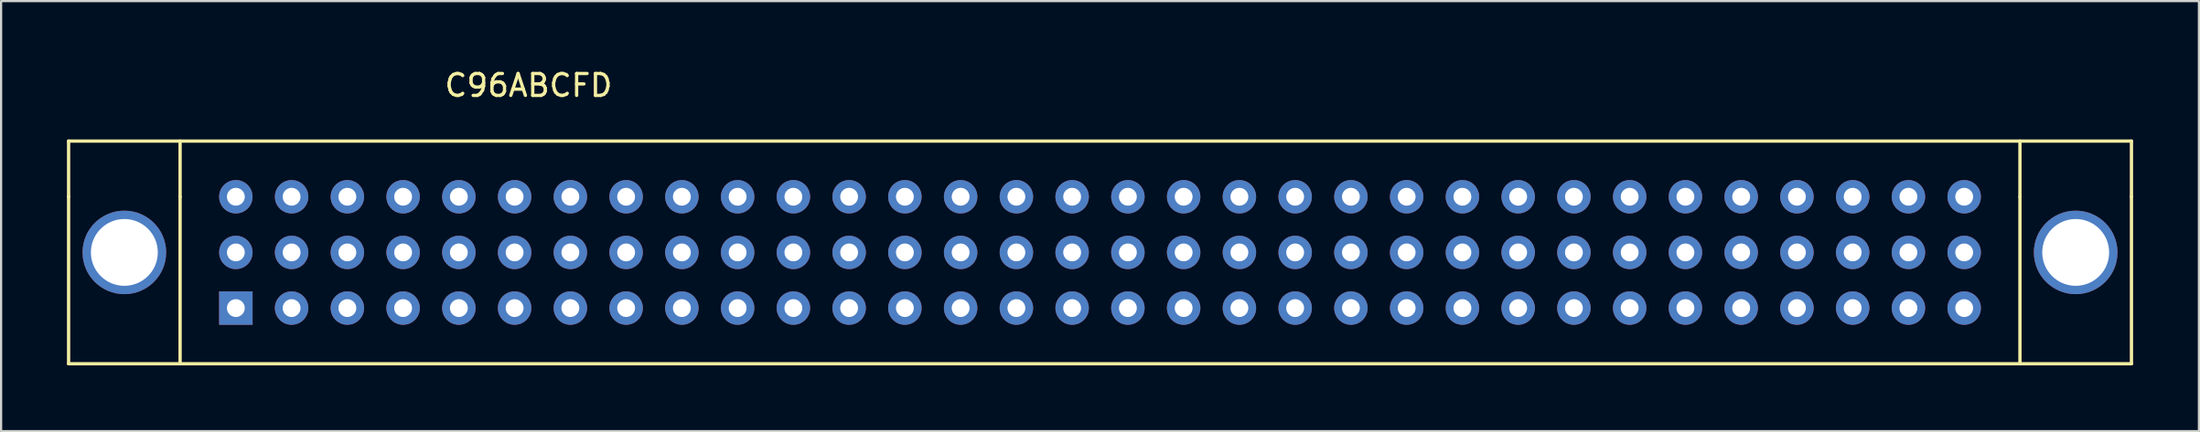
<source format=kicad_pcb>
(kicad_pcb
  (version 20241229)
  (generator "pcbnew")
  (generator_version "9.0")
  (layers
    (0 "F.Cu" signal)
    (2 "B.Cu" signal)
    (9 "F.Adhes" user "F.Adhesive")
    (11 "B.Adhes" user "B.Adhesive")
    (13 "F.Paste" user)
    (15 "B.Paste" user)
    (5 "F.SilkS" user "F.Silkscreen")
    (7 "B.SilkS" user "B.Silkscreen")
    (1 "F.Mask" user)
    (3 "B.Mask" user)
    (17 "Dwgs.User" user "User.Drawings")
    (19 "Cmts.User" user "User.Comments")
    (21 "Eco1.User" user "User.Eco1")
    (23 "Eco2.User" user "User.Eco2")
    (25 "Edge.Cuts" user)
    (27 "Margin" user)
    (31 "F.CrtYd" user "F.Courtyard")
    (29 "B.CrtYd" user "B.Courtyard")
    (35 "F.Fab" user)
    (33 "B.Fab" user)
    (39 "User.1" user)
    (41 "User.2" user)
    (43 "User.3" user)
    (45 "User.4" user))
  (footprint "C96ABCFD"
    (layer "F.Cu")
    (at 47.065 8.468)
    (property "Reference" "C96ABCFD" (at -26.035 -7.62 0) (layer "F.SilkS") (effects (font (size 1 1) (thickness 0.15))))
    (attr through_hole)
    (fp_line (start -46.99 -5.08) (end 46.99 -5.08) (stroke (width 0.15) (type solid)) (layer "F.SilkS"))
    (fp_line (start -46.99 -2.54) (end -46.99 -5.08) (stroke (width 0.15) (type solid)) (layer "F.SilkS"))
    (fp_line (start -46.99 -2.54) (end -46.99 5.08) (stroke (width 0.15) (type solid)) (layer "F.SilkS"))
    (fp_line (start -46.99 5.08) (end 46.99 5.08) (stroke (width 0.15) (type solid)) (layer "F.SilkS"))
    (fp_line (start -41.91 -2.54) (end -41.91 -5.08) (stroke (width 0.15) (type solid)) (layer "F.SilkS"))
    (fp_line (start -41.91 -2.54) (end -41.91 5.08) (stroke (width 0.15) (type solid)) (layer "F.SilkS"))
    (fp_line (start 41.91 -5.08) (end 41.91 -2.54) (stroke (width 0.15) (type solid)) (layer "F.SilkS"))
    (fp_line (start 41.91 -2.54) (end 41.91 5.08) (stroke (width 0.15) (type solid)) (layer "F.SilkS"))
    (fp_line (start 46.99 -5.08) (end 46.99 -2.54) (stroke (width 0.15) (type solid)) (layer "F.SilkS"))
    (fp_line (start 46.99 5.08) (end 46.99 -2.54) (stroke (width 0.15) (type solid)) (layer "F.SilkS"))
    (pad "65" thru_hole circle (at -44.45 0) (size 3.81 3.81) (drill 3.048) (layers "*.Cu" "*.Mask"))
    (pad "66" thru_hole circle (at 44.45 0) (size 3.81 3.81) (drill 3.048) (layers "*.Cu" "*.Mask"))
    (pad "A1" thru_hole rect (at -39.37 2.54) (size 1.524 1.524) (drill 0.813) (layers "*.Cu" "*.Mask"))
    (pad "A2" thru_hole circle (at -36.83 2.54) (size 1.524 1.524) (drill 0.813) (layers "*.Cu" "*.Mask"))
    (pad "A3" thru_hole circle (at -34.29 2.54) (size 1.524 1.524) (drill 0.813) (layers "*.Cu" "*.Mask"))
    (pad "A4" thru_hole circle (at -31.75 2.54) (size 1.524 1.524) (drill 0.813) (layers "*.Cu" "*.Mask"))
    (pad "A5" thru_hole circle (at -29.21 2.54) (size 1.524 1.524) (drill 0.813) (layers "*.Cu" "*.Mask"))
    (pad "A6" thru_hole circle (at -26.67 2.54) (size 1.524 1.524) (drill 0.813) (layers "*.Cu" "*.Mask"))
    (pad "A7" thru_hole circle (at -24.13 2.54) (size 1.524 1.524) (drill 0.813) (layers "*.Cu" "*.Mask"))
    (pad "A8" thru_hole circle (at -21.59 2.54) (size 1.524 1.524) (drill 0.813) (layers "*.Cu" "*.Mask"))
    (pad "A9" thru_hole circle (at -19.05 2.54) (size 1.524 1.524) (drill 0.813) (layers "*.Cu" "*.Mask"))
    (pad "A10" thru_hole circle (at -16.51 2.54) (size 1.524 1.524) (drill 0.813) (layers "*.Cu" "*.Mask"))
    (pad "A11" thru_hole circle (at -13.97 2.54) (size 1.524 1.524) (drill 0.813) (layers "*.Cu" "*.Mask"))
    (pad "A12" thru_hole circle (at -11.43 2.54) (size 1.524 1.524) (drill 0.813) (layers "*.Cu" "*.Mask"))
    (pad "A13" thru_hole circle (at -8.89 2.54) (size 1.524 1.524) (drill 0.813) (layers "*.Cu" "*.Mask"))
    (pad "A14" thru_hole circle (at -6.35 2.54) (size 1.524 1.524) (drill 0.813) (layers "*.Cu" "*.Mask"))
    (pad "A15" thru_hole circle (at -3.81 2.54) (size 1.524 1.524) (drill 0.813) (layers "*.Cu" "*.Mask"))
    (pad "A16" thru_hole circle (at -1.27 2.54) (size 1.524 1.524) (drill 0.813) (layers "*.Cu" "*.Mask"))
    (pad "A17" thru_hole circle (at 1.27 2.54) (size 1.524 1.524) (drill 0.813) (layers "*.Cu" "*.Mask"))
    (pad "A18" thru_hole circle (at 3.81 2.54) (size 1.524 1.524) (drill 0.813) (layers "*.Cu" "*.Mask"))
    (pad "A19" thru_hole circle (at 6.35 2.54) (size 1.524 1.524) (drill 0.813) (layers "*.Cu" "*.Mask"))
    (pad "A20" thru_hole circle (at 8.89 2.54) (size 1.524 1.524) (drill 0.813) (layers "*.Cu" "*.Mask"))
    (pad "A21" thru_hole circle (at 11.43 2.54) (size 1.524 1.524) (drill 0.813) (layers "*.Cu" "*.Mask"))
    (pad "A22" thru_hole circle (at 13.97 2.54) (size 1.524 1.524) (drill 0.813) (layers "*.Cu" "*.Mask"))
    (pad "A23" thru_hole circle (at 16.51 2.54) (size 1.524 1.524) (drill 0.813) (layers "*.Cu" "*.Mask"))
    (pad "A24" thru_hole circle (at 19.05 2.54) (size 1.524 1.524) (drill 0.813) (layers "*.Cu" "*.Mask"))
    (pad "A25" thru_hole circle (at 21.59 2.54) (size 1.524 1.524) (drill 0.813) (layers "*.Cu" "*.Mask"))
    (pad "A26" thru_hole circle (at 24.13 2.54) (size 1.524 1.524) (drill 0.813) (layers "*.Cu" "*.Mask"))
    (pad "A27" thru_hole circle (at 26.67 2.54) (size 1.524 1.524) (drill 0.813) (layers "*.Cu" "*.Mask"))
    (pad "A28" thru_hole circle (at 29.21 2.54) (size 1.524 1.524) (drill 0.813) (layers "*.Cu" "*.Mask"))
    (pad "A29" thru_hole circle (at 31.75 2.54) (size 1.524 1.524) (drill 0.813) (layers "*.Cu" "*.Mask"))
    (pad "A30" thru_hole circle (at 34.29 2.54) (size 1.524 1.524) (drill 0.813) (layers "*.Cu" "*.Mask"))
    (pad "A31" thru_hole circle (at 36.83 2.54) (size 1.524 1.524) (drill 0.813) (layers "*.Cu" "*.Mask"))
    (pad "A32" thru_hole circle (at 39.37 2.54) (size 1.524 1.524) (drill 0.813) (layers "*.Cu" "*.Mask"))
    (pad "B1" thru_hole circle (at -39.37 0) (size 1.524 1.524) (drill 0.813) (layers "*.Cu" "*.Mask"))
    (pad "B2" thru_hole circle (at -36.83 0) (size 1.524 1.524) (drill 0.813) (layers "*.Cu" "*.Mask"))
    (pad "B3" thru_hole circle (at -34.29 0) (size 1.524 1.524) (drill 0.813) (layers "*.Cu" "*.Mask"))
    (pad "B4" thru_hole circle (at -31.75 0) (size 1.524 1.524) (drill 0.813) (layers "*.Cu" "*.Mask"))
    (pad "B5" thru_hole circle (at -29.21 0) (size 1.524 1.524) (drill 0.813) (layers "*.Cu" "*.Mask"))
    (pad "B6" thru_hole circle (at -26.67 0) (size 1.524 1.524) (drill 0.813) (layers "*.Cu" "*.Mask"))
    (pad "B7" thru_hole circle (at -24.13 0) (size 1.524 1.524) (drill 0.813) (layers "*.Cu" "*.Mask"))
    (pad "B8" thru_hole circle (at -21.59 0) (size 1.524 1.524) (drill 0.813) (layers "*.Cu" "*.Mask"))
    (pad "B9" thru_hole circle (at -19.05 0) (size 1.524 1.524) (drill 0.813) (layers "*.Cu" "*.Mask"))
    (pad "B10" thru_hole circle (at -16.51 0) (size 1.524 1.524) (drill 0.813) (layers "*.Cu" "*.Mask"))
    (pad "B11" thru_hole circle (at -13.97 0) (size 1.524 1.524) (drill 0.813) (layers "*.Cu" "*.Mask"))
    (pad "B12" thru_hole circle (at -11.43 0) (size 1.524 1.524) (drill 0.813) (layers "*.Cu" "*.Mask"))
    (pad "B13" thru_hole circle (at -8.89 0) (size 1.524 1.524) (drill 0.813) (layers "*.Cu" "*.Mask"))
    (pad "B14" thru_hole circle (at -6.35 0) (size 1.524 1.524) (drill 0.813) (layers "*.Cu" "*.Mask"))
    (pad "B15" thru_hole circle (at -3.81 0) (size 1.524 1.524) (drill 0.813) (layers "*.Cu" "*.Mask"))
    (pad "B16" thru_hole circle (at -1.27 0) (size 1.524 1.524) (drill 0.813) (layers "*.Cu" "*.Mask"))
    (pad "B17" thru_hole circle (at 1.27 0) (size 1.524 1.524) (drill 0.813) (layers "*.Cu" "*.Mask"))
    (pad "B18" thru_hole circle (at 3.81 0) (size 1.524 1.524) (drill 0.813) (layers "*.Cu" "*.Mask"))
    (pad "B19" thru_hole circle (at 6.35 0) (size 1.524 1.524) (drill 0.813) (layers "*.Cu" "*.Mask"))
    (pad "B20" thru_hole circle (at 8.89 0) (size 1.524 1.524) (drill 0.813) (layers "*.Cu" "*.Mask"))
    (pad "B21" thru_hole circle (at 11.43 0) (size 1.524 1.524) (drill 0.813) (layers "*.Cu" "*.Mask"))
    (pad "B22" thru_hole circle (at 13.97 0) (size 1.524 1.524) (drill 0.813) (layers "*.Cu" "*.Mask"))
    (pad "B23" thru_hole circle (at 16.51 0) (size 1.524 1.524) (drill 0.813) (layers "*.Cu" "*.Mask"))
    (pad "B24" thru_hole circle (at 19.05 0) (size 1.524 1.524) (drill 0.813) (layers "*.Cu" "*.Mask"))
    (pad "B25" thru_hole circle (at 21.59 0) (size 1.524 1.524) (drill 0.813) (layers "*.Cu" "*.Mask"))
    (pad "B26" thru_hole circle (at 24.13 0) (size 1.524 1.524) (drill 0.813) (layers "*.Cu" "*.Mask"))
    (pad "B27" thru_hole circle (at 26.67 0) (size 1.524 1.524) (drill 0.813) (layers "*.Cu" "*.Mask"))
    (pad "B28" thru_hole circle (at 29.21 0) (size 1.524 1.524) (drill 0.813) (layers "*.Cu" "*.Mask"))
    (pad "B29" thru_hole circle (at 31.75 0) (size 1.524 1.524) (drill 0.813) (layers "*.Cu" "*.Mask"))
    (pad "B30" thru_hole circle (at 34.29 0) (size 1.524 1.524) (drill 0.813) (layers "*.Cu" "*.Mask"))
    (pad "B31" thru_hole circle (at 36.83 0) (size 1.524 1.524) (drill 0.813) (layers "*.Cu" "*.Mask"))
    (pad "B32" thru_hole circle (at 39.37 0) (size 1.524 1.524) (drill 0.813) (layers "*.Cu" "*.Mask"))
    (pad "C1" thru_hole circle (at -39.37 -2.54) (size 1.524 1.524) (drill 0.813) (layers "*.Cu" "*.Mask"))
    (pad "C2" thru_hole circle (at -36.83 -2.54) (size 1.524 1.524) (drill 0.813) (layers "*.Cu" "*.Mask"))
    (pad "C3" thru_hole circle (at -34.29 -2.54) (size 1.524 1.524) (drill 0.813) (layers "*.Cu" "*.Mask"))
    (pad "C4" thru_hole circle (at -31.75 -2.54) (size 1.524 1.524) (drill 0.813) (layers "*.Cu" "*.Mask"))
    (pad "C5" thru_hole circle (at -29.21 -2.54) (size 1.524 1.524) (drill 0.813) (layers "*.Cu" "*.Mask"))
    (pad "C6" thru_hole circle (at -26.67 -2.54) (size 1.524 1.524) (drill 0.813) (layers "*.Cu" "*.Mask"))
    (pad "C7" thru_hole circle (at -24.13 -2.54) (size 1.524 1.524) (drill 0.813) (layers "*.Cu" "*.Mask"))
    (pad "C8" thru_hole circle (at -21.59 -2.54) (size 1.524 1.524) (drill 0.813) (layers "*.Cu" "*.Mask"))
    (pad "C9" thru_hole circle (at -19.05 -2.54) (size 1.524 1.524) (drill 0.813) (layers "*.Cu" "*.Mask"))
    (pad "C10" thru_hole circle (at -16.51 -2.54) (size 1.524 1.524) (drill 0.813) (layers "*.Cu" "*.Mask"))
    (pad "C11" thru_hole circle (at -13.97 -2.54) (size 1.524 1.524) (drill 0.813) (layers "*.Cu" "*.Mask"))
    (pad "C12" thru_hole circle (at -11.43 -2.54) (size 1.524 1.524) (drill 0.813) (layers "*.Cu" "*.Mask"))
    (pad "C13" thru_hole circle (at -8.89 -2.54) (size 1.524 1.524) (drill 0.813) (layers "*.Cu" "*.Mask"))
    (pad "C14" thru_hole circle (at -6.35 -2.54) (size 1.524 1.524) (drill 0.813) (layers "*.Cu" "*.Mask"))
    (pad "C15" thru_hole circle (at -3.81 -2.54) (size 1.524 1.524) (drill 0.813) (layers "*.Cu" "*.Mask"))
    (pad "C16" thru_hole circle (at -1.27 -2.54) (size 1.524 1.524) (drill 0.813) (layers "*.Cu" "*.Mask"))
    (pad "C17" thru_hole circle (at 1.27 -2.54) (size 1.524 1.524) (drill 0.813) (layers "*.Cu" "*.Mask"))
    (pad "C18" thru_hole circle (at 3.81 -2.54) (size 1.524 1.524) (drill 0.813) (layers "*.Cu" "*.Mask"))
    (pad "C19" thru_hole circle (at 6.35 -2.54) (size 1.524 1.524) (drill 0.813) (layers "*.Cu" "*.Mask"))
    (pad "C20" thru_hole circle (at 8.89 -2.54) (size 1.524 1.524) (drill 0.813) (layers "*.Cu" "*.Mask"))
    (pad "C21" thru_hole circle (at 11.43 -2.54) (size 1.524 1.524) (drill 0.813) (layers "*.Cu" "*.Mask"))
    (pad "C22" thru_hole circle (at 13.97 -2.54) (size 1.524 1.524) (drill 0.813) (layers "*.Cu" "*.Mask"))
    (pad "C23" thru_hole circle (at 16.51 -2.54) (size 1.524 1.524) (drill 0.813) (layers "*.Cu" "*.Mask"))
    (pad "C24" thru_hole circle (at 19.05 -2.54) (size 1.524 1.524) (drill 0.813) (layers "*.Cu" "*.Mask"))
    (pad "C25" thru_hole circle (at 21.59 -2.54) (size 1.524 1.524) (drill 0.813) (layers "*.Cu" "*.Mask"))
    (pad "C26" thru_hole circle (at 24.13 -2.54) (size 1.524 1.524) (drill 0.813) (layers "*.Cu" "*.Mask"))
    (pad "C27" thru_hole circle (at 26.67 -2.54) (size 1.524 1.524) (drill 0.813) (layers "*.Cu" "*.Mask"))
    (pad "C28" thru_hole circle (at 29.21 -2.54) (size 1.524 1.524) (drill 0.813) (layers "*.Cu" "*.Mask"))
    (pad "C29" thru_hole circle (at 31.75 -2.54) (size 1.524 1.524) (drill 0.813) (layers "*.Cu" "*.Mask"))
    (pad "C30" thru_hole circle (at 34.29 -2.54) (size 1.524 1.524) (drill 0.813) (layers "*.Cu" "*.Mask"))
    (pad "C31" thru_hole circle (at 36.83 -2.54) (size 1.524 1.524) (drill 0.813) (layers "*.Cu" "*.Mask"))
    (pad "C32" thru_hole circle (at 39.37 -2.54) (size 1.524 1.524) (drill 0.813) (layers "*.Cu" "*.Mask")))
  (gr_rect
    (start -3 -3)
    (end 97.13 16.623)
    (stroke (width 0.1) (type default))
    (fill no)
    (layer "Edge.Cuts")))
</source>
